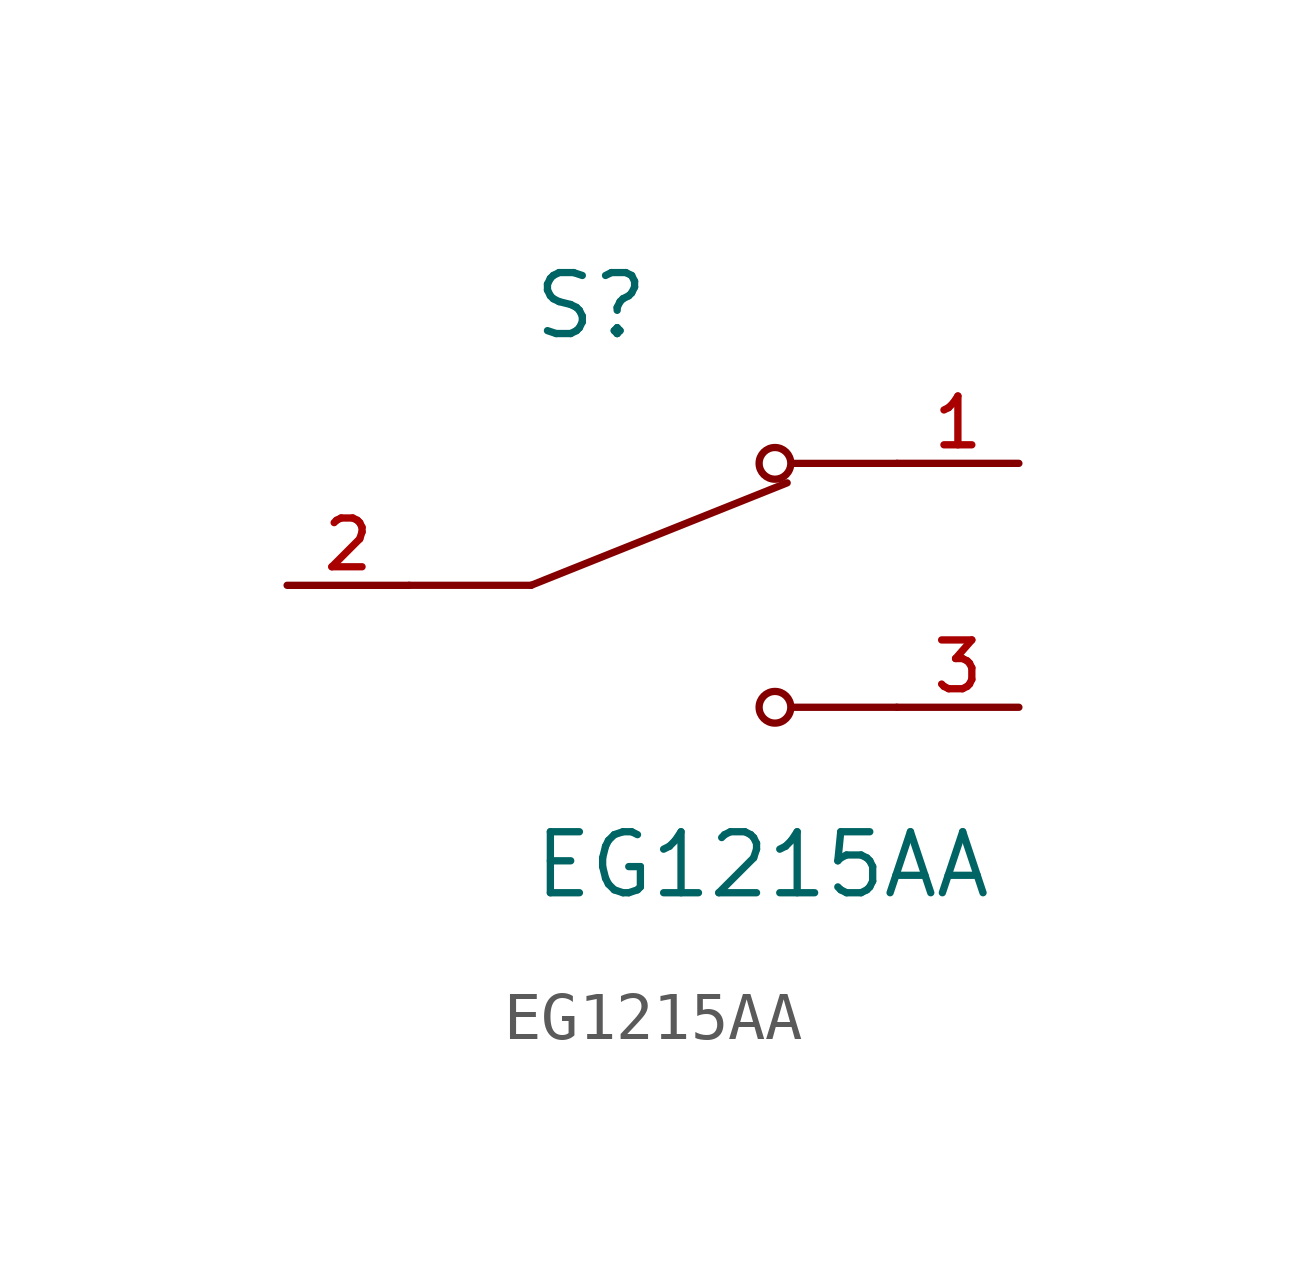
<source format=kicad_sym>
(kicad_symbol_lib
  (version 20211014)
  (generator kicad_symbol_editor)
  (symbol "EG1215AA"
    (pin_names
      (offset 1.016))
    (property "Reference" "S"
      (at -2.54 5.08 0)
      (effects (font (size 1.27 1.27)) (justify bottom left)))
    (property "Value" "EG1215AA"
      (at -2.54 -5.08 0)
      (effects (font (size 1.27 1.27)) (justify top left)))
    (symbol "EG1215AA_0_0"
      (polyline (pts (xy -2.54 0.0) (xy 2.794 2.134)) (stroke (width 0.152)))
      (circle (center 2.54 2.54) (radius 0.33) (stroke (width 0.152)) (fill (type none)))
      (circle (center 2.54 -2.54) (radius 0.33) (stroke (width 0.152)) (fill (type none)))
      (polyline (pts (xy 5.08 -2.54) (xy 2.921 -2.54)) (stroke (width 0.152)))
      (polyline (pts (xy 5.08 2.54) (xy 2.921 2.54)) (stroke (width 0.152)))
      (polyline (pts (xy -2.54 0.0) (xy -5.08 0.0)) (stroke (width 0.152)))
      (pin passive line (at 7.62 2.54 180.0) (length 2.54) (name "~" (effects (font (size 1.016 1.016)))) (number "1" (effects (font (size 1.016 1.016)))))
      (pin passive line (at -7.62 0.0 0) (length 2.54) (name "~" (effects (font (size 1.016 1.016)))) (number "2" (effects (font (size 1.016 1.016)))))
      (pin passive line (at 7.62 -2.54 180.0) (length 2.54) (name "~" (effects (font (size 1.016 1.016)))) (number "3" (effects (font (size 1.016 1.016))))))))
</source>
